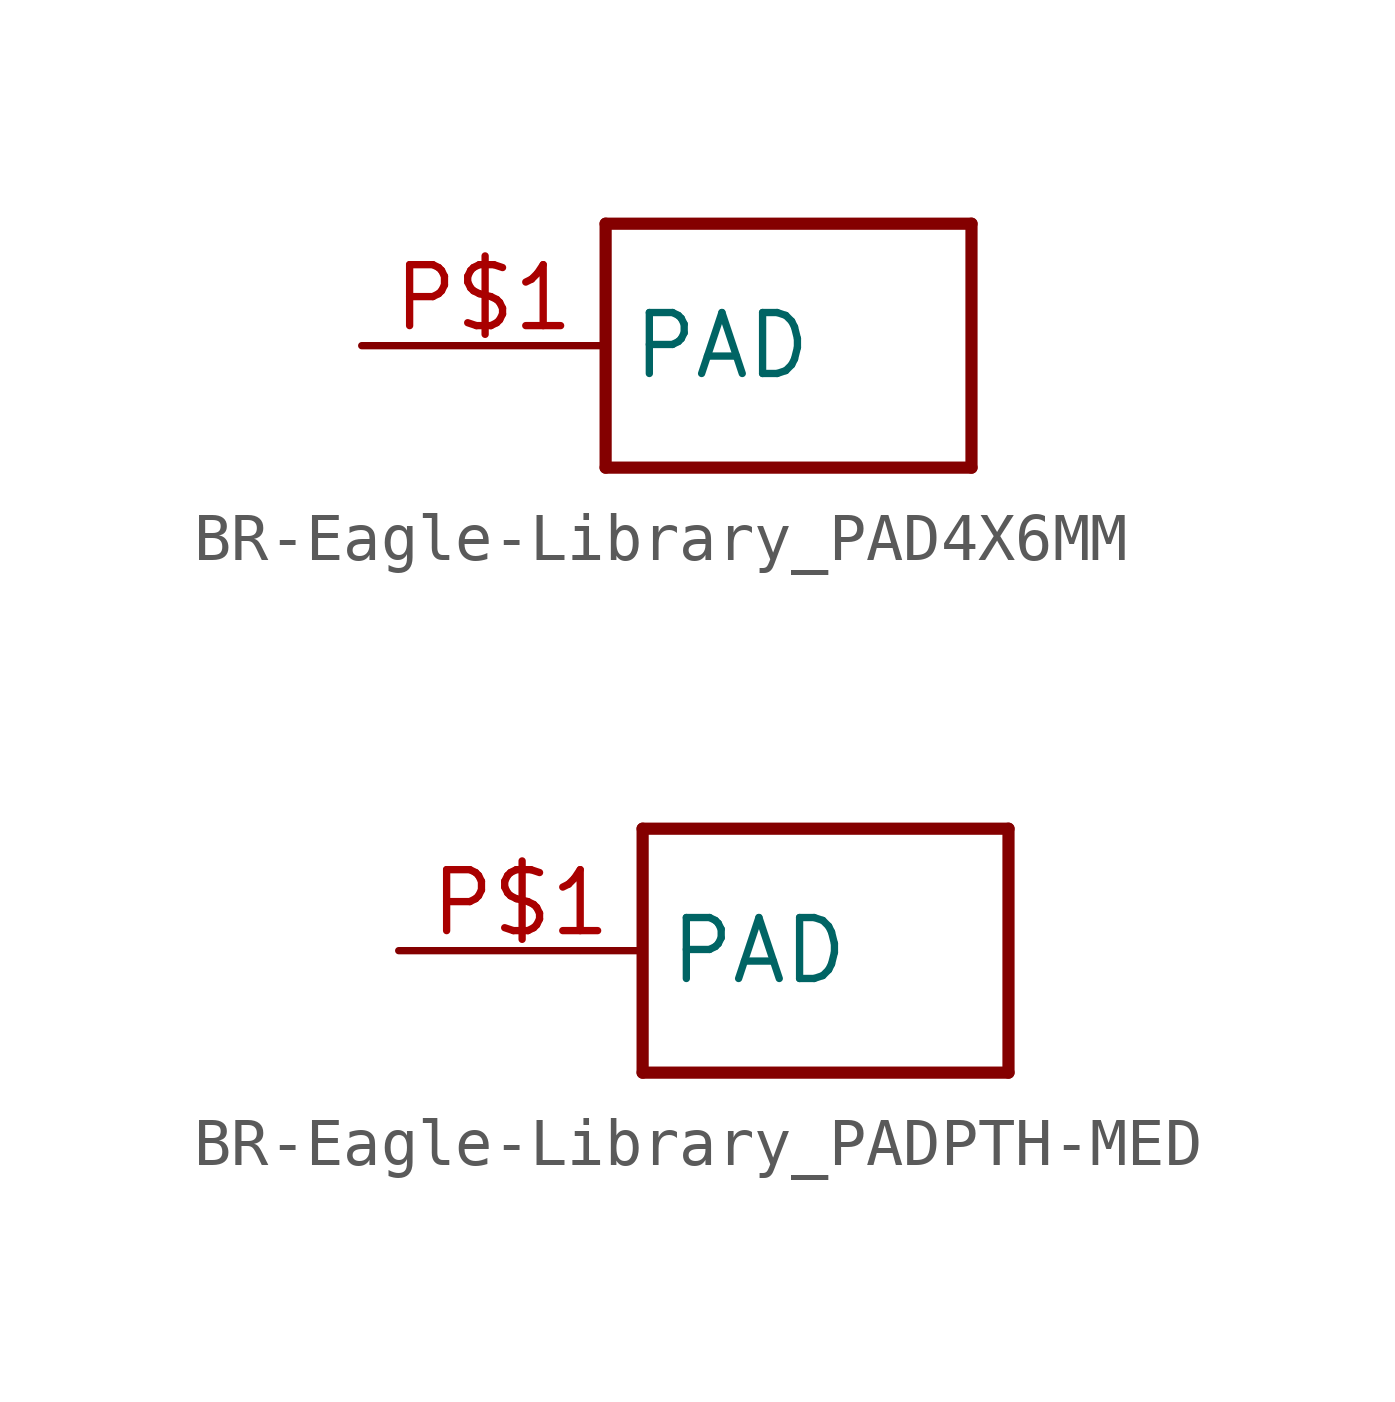
<source format=kicad_sym>
(kicad_symbol_lib
  (version 20231120)
  (generator "kicad_symbol_editor")
  (generator_version "8.0")
  (symbol "BR-Eagle-Library_PAD4X6MM"
    (property "Reference" ""
      (at 0 0 0)
      (effects (font (size 1.27 1.27)) (hide yes)))
    (property "ki_locked" ""
      (at 0 0 0)
      (effects (font (size 1.27 1.27))))
    (symbol "BR-Eagle-Library_PAD4X6MM_1_0"
      (polyline (pts (xy 0 -2.54) (xy 0 2.54)) (stroke (width 0.254) (type solid)) (fill (type none)))
      (polyline (pts (xy 0 2.54) (xy 7.62 2.54)) (stroke (width 0.254) (type solid)) (fill (type none)))
      (polyline (pts (xy 7.62 -2.54) (xy 0 -2.54)) (stroke (width 0.254) (type solid)) (fill (type none)))
      (polyline (pts (xy 7.62 2.54) (xy 7.62 -2.54)) (stroke (width 0.254) (type solid)) (fill (type none)))
      (pin bidirectional line (at -5.08 0 0) (length 5.08) (name "PAD" (effects (font (size 1.27 1.27)))) (number "P$1" (effects (font (size 1.27 1.27)))))))
  (symbol "BR-Eagle-Library_PADPTH-MED"
    (property "Reference" ""
      (at 0 0 0)
      (effects (font (size 1.27 1.27)) (hide yes)))
    (property "ki_locked" ""
      (at 0 0 0)
      (effects (font (size 1.27 1.27))))
    (symbol "BR-Eagle-Library_PADPTH-MED_1_0"
      (polyline (pts (xy 0 -2.54) (xy 0 2.54)) (stroke (width 0.254) (type solid)) (fill (type none)))
      (polyline (pts (xy 0 2.54) (xy 7.62 2.54)) (stroke (width 0.254) (type solid)) (fill (type none)))
      (polyline (pts (xy 7.62 -2.54) (xy 0 -2.54)) (stroke (width 0.254) (type solid)) (fill (type none)))
      (polyline (pts (xy 7.62 2.54) (xy 7.62 -2.54)) (stroke (width 0.254) (type solid)) (fill (type none)))
      (pin bidirectional line (at -5.08 0 0) (length 5.08) (name "PAD" (effects (font (size 1.27 1.27)))) (number "P$1" (effects (font (size 1.27 1.27))))))))
</source>
